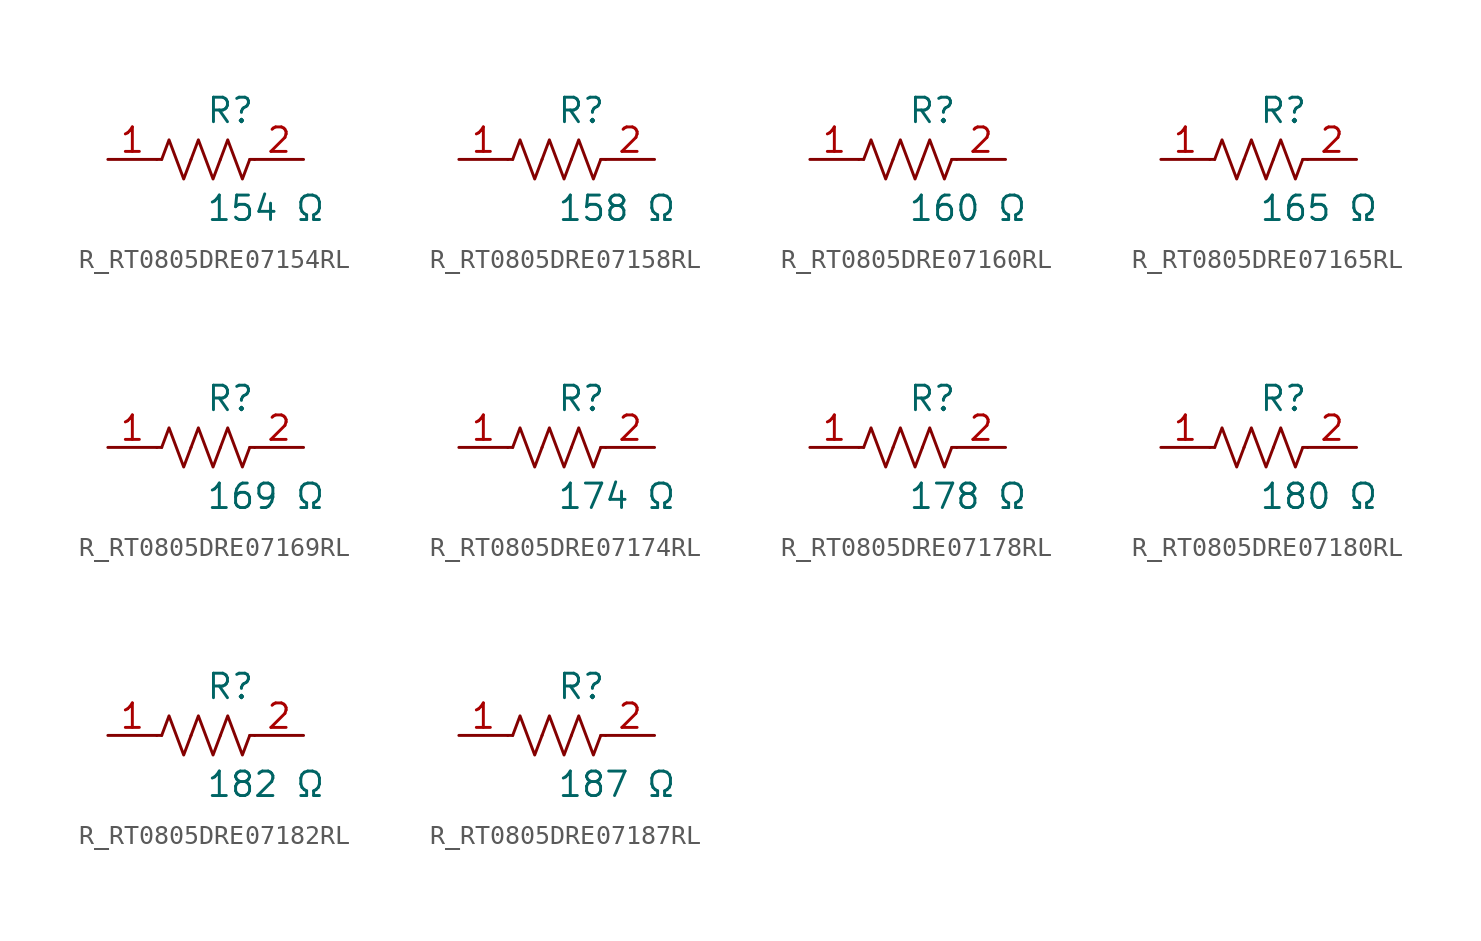
<source format=kicad_sym>
(kicad_symbol_lib
  (version 20231120)
  (generator kicad_symbol_editor)
  (generator_version 8.0)
  (symbol "R_RT0805DRE07154RL"
    (pin_names
      (offset 0.254))
    (property "Reference" "R"
      (at 0.0 2.54 0)
      (effects (font (size 1.27 1.27)) (justify left)))
    (property "Value" "154 Ω"
      (at 0.0 -2.54 0)
      (effects (font (size 1.27 1.27)) (justify left)))
    (symbol "R_RT0805DRE07154RL_0_1"
      (polyline (pts (xy 2.286 0) (xy 2.54 0)) (stroke (width 0) (type default)) (fill (type none)))
      (polyline (pts (xy -2.286 0) (xy -2.54 0)) (stroke (width 0) (type default)) (fill (type none)))
      (polyline (pts (xy 0.762 0) (xy 1.143 1.016) (xy 1.524 0) (xy 1.905 -1.016) (xy 2.286 0)) (stroke (width 0) (type default)) (fill (type none)))
      (polyline (pts (xy -0.762 0) (xy -0.381 1.016) (xy 0 0) (xy 0.381 -1.016) (xy 0.762 0)) (stroke (width 0) (type default)) (fill (type none)))
      (polyline (pts (xy -2.286 0) (xy -1.905 1.016) (xy -1.524 0) (xy -1.143 -1.016) (xy -0.762 0)) (stroke (width 0) (type default)) (fill (type none))))
    (pin unspecified line
      (at -5.08 0 0)
      (length 2.54)
      (name "" (effects (font (size 1.27 1.27))))
      (number "1" (effects (font (size 1.27 1.27)))))
    (pin unspecified line
      (at 5.08 0 180)
      (length 2.54)
      (name "" (effects (font (size 1.27 1.27))))
      (number "2" (effects (font (size 1.27 1.27))))))
  (symbol "R_RT0805DRE07158RL"
    (pin_names
      (offset 0.254))
    (property "Reference" "R"
      (at 0.0 2.54 0)
      (effects (font (size 1.27 1.27)) (justify left)))
    (property "Value" "158 Ω"
      (at 0.0 -2.54 0)
      (effects (font (size 1.27 1.27)) (justify left)))
    (symbol "R_RT0805DRE07158RL_0_1"
      (polyline (pts (xy 2.286 0) (xy 2.54 0)) (stroke (width 0) (type default)) (fill (type none)))
      (polyline (pts (xy -2.286 0) (xy -2.54 0)) (stroke (width 0) (type default)) (fill (type none)))
      (polyline (pts (xy 0.762 0) (xy 1.143 1.016) (xy 1.524 0) (xy 1.905 -1.016) (xy 2.286 0)) (stroke (width 0) (type default)) (fill (type none)))
      (polyline (pts (xy -0.762 0) (xy -0.381 1.016) (xy 0 0) (xy 0.381 -1.016) (xy 0.762 0)) (stroke (width 0) (type default)) (fill (type none)))
      (polyline (pts (xy -2.286 0) (xy -1.905 1.016) (xy -1.524 0) (xy -1.143 -1.016) (xy -0.762 0)) (stroke (width 0) (type default)) (fill (type none))))
    (pin unspecified line
      (at -5.08 0 0)
      (length 2.54)
      (name "" (effects (font (size 1.27 1.27))))
      (number "1" (effects (font (size 1.27 1.27)))))
    (pin unspecified line
      (at 5.08 0 180)
      (length 2.54)
      (name "" (effects (font (size 1.27 1.27))))
      (number "2" (effects (font (size 1.27 1.27))))))
  (symbol "R_RT0805DRE07160RL"
    (pin_names
      (offset 0.254))
    (property "Reference" "R"
      (at 0.0 2.54 0)
      (effects (font (size 1.27 1.27)) (justify left)))
    (property "Value" "160 Ω"
      (at 0.0 -2.54 0)
      (effects (font (size 1.27 1.27)) (justify left)))
    (symbol "R_RT0805DRE07160RL_0_1"
      (polyline (pts (xy 2.286 0) (xy 2.54 0)) (stroke (width 0) (type default)) (fill (type none)))
      (polyline (pts (xy -2.286 0) (xy -2.54 0)) (stroke (width 0) (type default)) (fill (type none)))
      (polyline (pts (xy 0.762 0) (xy 1.143 1.016) (xy 1.524 0) (xy 1.905 -1.016) (xy 2.286 0)) (stroke (width 0) (type default)) (fill (type none)))
      (polyline (pts (xy -0.762 0) (xy -0.381 1.016) (xy 0 0) (xy 0.381 -1.016) (xy 0.762 0)) (stroke (width 0) (type default)) (fill (type none)))
      (polyline (pts (xy -2.286 0) (xy -1.905 1.016) (xy -1.524 0) (xy -1.143 -1.016) (xy -0.762 0)) (stroke (width 0) (type default)) (fill (type none))))
    (pin unspecified line
      (at -5.08 0 0)
      (length 2.54)
      (name "" (effects (font (size 1.27 1.27))))
      (number "1" (effects (font (size 1.27 1.27)))))
    (pin unspecified line
      (at 5.08 0 180)
      (length 2.54)
      (name "" (effects (font (size 1.27 1.27))))
      (number "2" (effects (font (size 1.27 1.27))))))
  (symbol "R_RT0805DRE07165RL"
    (pin_names
      (offset 0.254))
    (property "Reference" "R"
      (at 0.0 2.54 0)
      (effects (font (size 1.27 1.27)) (justify left)))
    (property "Value" "165 Ω"
      (at 0.0 -2.54 0)
      (effects (font (size 1.27 1.27)) (justify left)))
    (symbol "R_RT0805DRE07165RL_0_1"
      (polyline (pts (xy 2.286 0) (xy 2.54 0)) (stroke (width 0) (type default)) (fill (type none)))
      (polyline (pts (xy -2.286 0) (xy -2.54 0)) (stroke (width 0) (type default)) (fill (type none)))
      (polyline (pts (xy 0.762 0) (xy 1.143 1.016) (xy 1.524 0) (xy 1.905 -1.016) (xy 2.286 0)) (stroke (width 0) (type default)) (fill (type none)))
      (polyline (pts (xy -0.762 0) (xy -0.381 1.016) (xy 0 0) (xy 0.381 -1.016) (xy 0.762 0)) (stroke (width 0) (type default)) (fill (type none)))
      (polyline (pts (xy -2.286 0) (xy -1.905 1.016) (xy -1.524 0) (xy -1.143 -1.016) (xy -0.762 0)) (stroke (width 0) (type default)) (fill (type none))))
    (pin unspecified line
      (at -5.08 0 0)
      (length 2.54)
      (name "" (effects (font (size 1.27 1.27))))
      (number "1" (effects (font (size 1.27 1.27)))))
    (pin unspecified line
      (at 5.08 0 180)
      (length 2.54)
      (name "" (effects (font (size 1.27 1.27))))
      (number "2" (effects (font (size 1.27 1.27))))))
  (symbol "R_RT0805DRE07169RL"
    (pin_names
      (offset 0.254))
    (property "Reference" "R"
      (at 0.0 2.54 0)
      (effects (font (size 1.27 1.27)) (justify left)))
    (property "Value" "169 Ω"
      (at 0.0 -2.54 0)
      (effects (font (size 1.27 1.27)) (justify left)))
    (symbol "R_RT0805DRE07169RL_0_1"
      (polyline (pts (xy 2.286 0) (xy 2.54 0)) (stroke (width 0) (type default)) (fill (type none)))
      (polyline (pts (xy -2.286 0) (xy -2.54 0)) (stroke (width 0) (type default)) (fill (type none)))
      (polyline (pts (xy 0.762 0) (xy 1.143 1.016) (xy 1.524 0) (xy 1.905 -1.016) (xy 2.286 0)) (stroke (width 0) (type default)) (fill (type none)))
      (polyline (pts (xy -0.762 0) (xy -0.381 1.016) (xy 0 0) (xy 0.381 -1.016) (xy 0.762 0)) (stroke (width 0) (type default)) (fill (type none)))
      (polyline (pts (xy -2.286 0) (xy -1.905 1.016) (xy -1.524 0) (xy -1.143 -1.016) (xy -0.762 0)) (stroke (width 0) (type default)) (fill (type none))))
    (pin unspecified line
      (at -5.08 0 0)
      (length 2.54)
      (name "" (effects (font (size 1.27 1.27))))
      (number "1" (effects (font (size 1.27 1.27)))))
    (pin unspecified line
      (at 5.08 0 180)
      (length 2.54)
      (name "" (effects (font (size 1.27 1.27))))
      (number "2" (effects (font (size 1.27 1.27))))))
  (symbol "R_RT0805DRE07174RL"
    (pin_names
      (offset 0.254))
    (property "Reference" "R"
      (at 0.0 2.54 0)
      (effects (font (size 1.27 1.27)) (justify left)))
    (property "Value" "174 Ω"
      (at 0.0 -2.54 0)
      (effects (font (size 1.27 1.27)) (justify left)))
    (symbol "R_RT0805DRE07174RL_0_1"
      (polyline (pts (xy 2.286 0) (xy 2.54 0)) (stroke (width 0) (type default)) (fill (type none)))
      (polyline (pts (xy -2.286 0) (xy -2.54 0)) (stroke (width 0) (type default)) (fill (type none)))
      (polyline (pts (xy 0.762 0) (xy 1.143 1.016) (xy 1.524 0) (xy 1.905 -1.016) (xy 2.286 0)) (stroke (width 0) (type default)) (fill (type none)))
      (polyline (pts (xy -0.762 0) (xy -0.381 1.016) (xy 0 0) (xy 0.381 -1.016) (xy 0.762 0)) (stroke (width 0) (type default)) (fill (type none)))
      (polyline (pts (xy -2.286 0) (xy -1.905 1.016) (xy -1.524 0) (xy -1.143 -1.016) (xy -0.762 0)) (stroke (width 0) (type default)) (fill (type none))))
    (pin unspecified line
      (at -5.08 0 0)
      (length 2.54)
      (name "" (effects (font (size 1.27 1.27))))
      (number "1" (effects (font (size 1.27 1.27)))))
    (pin unspecified line
      (at 5.08 0 180)
      (length 2.54)
      (name "" (effects (font (size 1.27 1.27))))
      (number "2" (effects (font (size 1.27 1.27))))))
  (symbol "R_RT0805DRE07178RL"
    (pin_names
      (offset 0.254))
    (property "Reference" "R"
      (at 0.0 2.54 0)
      (effects (font (size 1.27 1.27)) (justify left)))
    (property "Value" "178 Ω"
      (at 0.0 -2.54 0)
      (effects (font (size 1.27 1.27)) (justify left)))
    (symbol "R_RT0805DRE07178RL_0_1"
      (polyline (pts (xy 2.286 0) (xy 2.54 0)) (stroke (width 0) (type default)) (fill (type none)))
      (polyline (pts (xy -2.286 0) (xy -2.54 0)) (stroke (width 0) (type default)) (fill (type none)))
      (polyline (pts (xy 0.762 0) (xy 1.143 1.016) (xy 1.524 0) (xy 1.905 -1.016) (xy 2.286 0)) (stroke (width 0) (type default)) (fill (type none)))
      (polyline (pts (xy -0.762 0) (xy -0.381 1.016) (xy 0 0) (xy 0.381 -1.016) (xy 0.762 0)) (stroke (width 0) (type default)) (fill (type none)))
      (polyline (pts (xy -2.286 0) (xy -1.905 1.016) (xy -1.524 0) (xy -1.143 -1.016) (xy -0.762 0)) (stroke (width 0) (type default)) (fill (type none))))
    (pin unspecified line
      (at -5.08 0 0)
      (length 2.54)
      (name "" (effects (font (size 1.27 1.27))))
      (number "1" (effects (font (size 1.27 1.27)))))
    (pin unspecified line
      (at 5.08 0 180)
      (length 2.54)
      (name "" (effects (font (size 1.27 1.27))))
      (number "2" (effects (font (size 1.27 1.27))))))
  (symbol "R_RT0805DRE07180RL"
    (pin_names
      (offset 0.254))
    (property "Reference" "R"
      (at 0.0 2.54 0)
      (effects (font (size 1.27 1.27)) (justify left)))
    (property "Value" "180 Ω"
      (at 0.0 -2.54 0)
      (effects (font (size 1.27 1.27)) (justify left)))
    (symbol "R_RT0805DRE07180RL_0_1"
      (polyline (pts (xy 2.286 0) (xy 2.54 0)) (stroke (width 0) (type default)) (fill (type none)))
      (polyline (pts (xy -2.286 0) (xy -2.54 0)) (stroke (width 0) (type default)) (fill (type none)))
      (polyline (pts (xy 0.762 0) (xy 1.143 1.016) (xy 1.524 0) (xy 1.905 -1.016) (xy 2.286 0)) (stroke (width 0) (type default)) (fill (type none)))
      (polyline (pts (xy -0.762 0) (xy -0.381 1.016) (xy 0 0) (xy 0.381 -1.016) (xy 0.762 0)) (stroke (width 0) (type default)) (fill (type none)))
      (polyline (pts (xy -2.286 0) (xy -1.905 1.016) (xy -1.524 0) (xy -1.143 -1.016) (xy -0.762 0)) (stroke (width 0) (type default)) (fill (type none))))
    (pin unspecified line
      (at -5.08 0 0)
      (length 2.54)
      (name "" (effects (font (size 1.27 1.27))))
      (number "1" (effects (font (size 1.27 1.27)))))
    (pin unspecified line
      (at 5.08 0 180)
      (length 2.54)
      (name "" (effects (font (size 1.27 1.27))))
      (number "2" (effects (font (size 1.27 1.27))))))
  (symbol "R_RT0805DRE07182RL"
    (pin_names
      (offset 0.254))
    (property "Reference" "R"
      (at 0.0 2.54 0)
      (effects (font (size 1.27 1.27)) (justify left)))
    (property "Value" "182 Ω"
      (at 0.0 -2.54 0)
      (effects (font (size 1.27 1.27)) (justify left)))
    (symbol "R_RT0805DRE07182RL_0_1"
      (polyline (pts (xy 2.286 0) (xy 2.54 0)) (stroke (width 0) (type default)) (fill (type none)))
      (polyline (pts (xy -2.286 0) (xy -2.54 0)) (stroke (width 0) (type default)) (fill (type none)))
      (polyline (pts (xy 0.762 0) (xy 1.143 1.016) (xy 1.524 0) (xy 1.905 -1.016) (xy 2.286 0)) (stroke (width 0) (type default)) (fill (type none)))
      (polyline (pts (xy -0.762 0) (xy -0.381 1.016) (xy 0 0) (xy 0.381 -1.016) (xy 0.762 0)) (stroke (width 0) (type default)) (fill (type none)))
      (polyline (pts (xy -2.286 0) (xy -1.905 1.016) (xy -1.524 0) (xy -1.143 -1.016) (xy -0.762 0)) (stroke (width 0) (type default)) (fill (type none))))
    (pin unspecified line
      (at -5.08 0 0)
      (length 2.54)
      (name "" (effects (font (size 1.27 1.27))))
      (number "1" (effects (font (size 1.27 1.27)))))
    (pin unspecified line
      (at 5.08 0 180)
      (length 2.54)
      (name "" (effects (font (size 1.27 1.27))))
      (number "2" (effects (font (size 1.27 1.27))))))
  (symbol "R_RT0805DRE07187RL"
    (pin_names
      (offset 0.254))
    (property "Reference" "R"
      (at 0.0 2.54 0)
      (effects (font (size 1.27 1.27)) (justify left)))
    (property "Value" "187 Ω"
      (at 0.0 -2.54 0)
      (effects (font (size 1.27 1.27)) (justify left)))
    (symbol "R_RT0805DRE07187RL_0_1"
      (polyline (pts (xy 2.286 0) (xy 2.54 0)) (stroke (width 0) (type default)) (fill (type none)))
      (polyline (pts (xy -2.286 0) (xy -2.54 0)) (stroke (width 0) (type default)) (fill (type none)))
      (polyline (pts (xy 0.762 0) (xy 1.143 1.016) (xy 1.524 0) (xy 1.905 -1.016) (xy 2.286 0)) (stroke (width 0) (type default)) (fill (type none)))
      (polyline (pts (xy -0.762 0) (xy -0.381 1.016) (xy 0 0) (xy 0.381 -1.016) (xy 0.762 0)) (stroke (width 0) (type default)) (fill (type none)))
      (polyline (pts (xy -2.286 0) (xy -1.905 1.016) (xy -1.524 0) (xy -1.143 -1.016) (xy -0.762 0)) (stroke (width 0) (type default)) (fill (type none))))
    (pin unspecified line
      (at -5.08 0 0)
      (length 2.54)
      (name "" (effects (font (size 1.27 1.27))))
      (number "1" (effects (font (size 1.27 1.27)))))
    (pin unspecified line
      (at 5.08 0 180)
      (length 2.54)
      (name "" (effects (font (size 1.27 1.27))))
      (number "2" (effects (font (size 1.27 1.27)))))))
</source>
